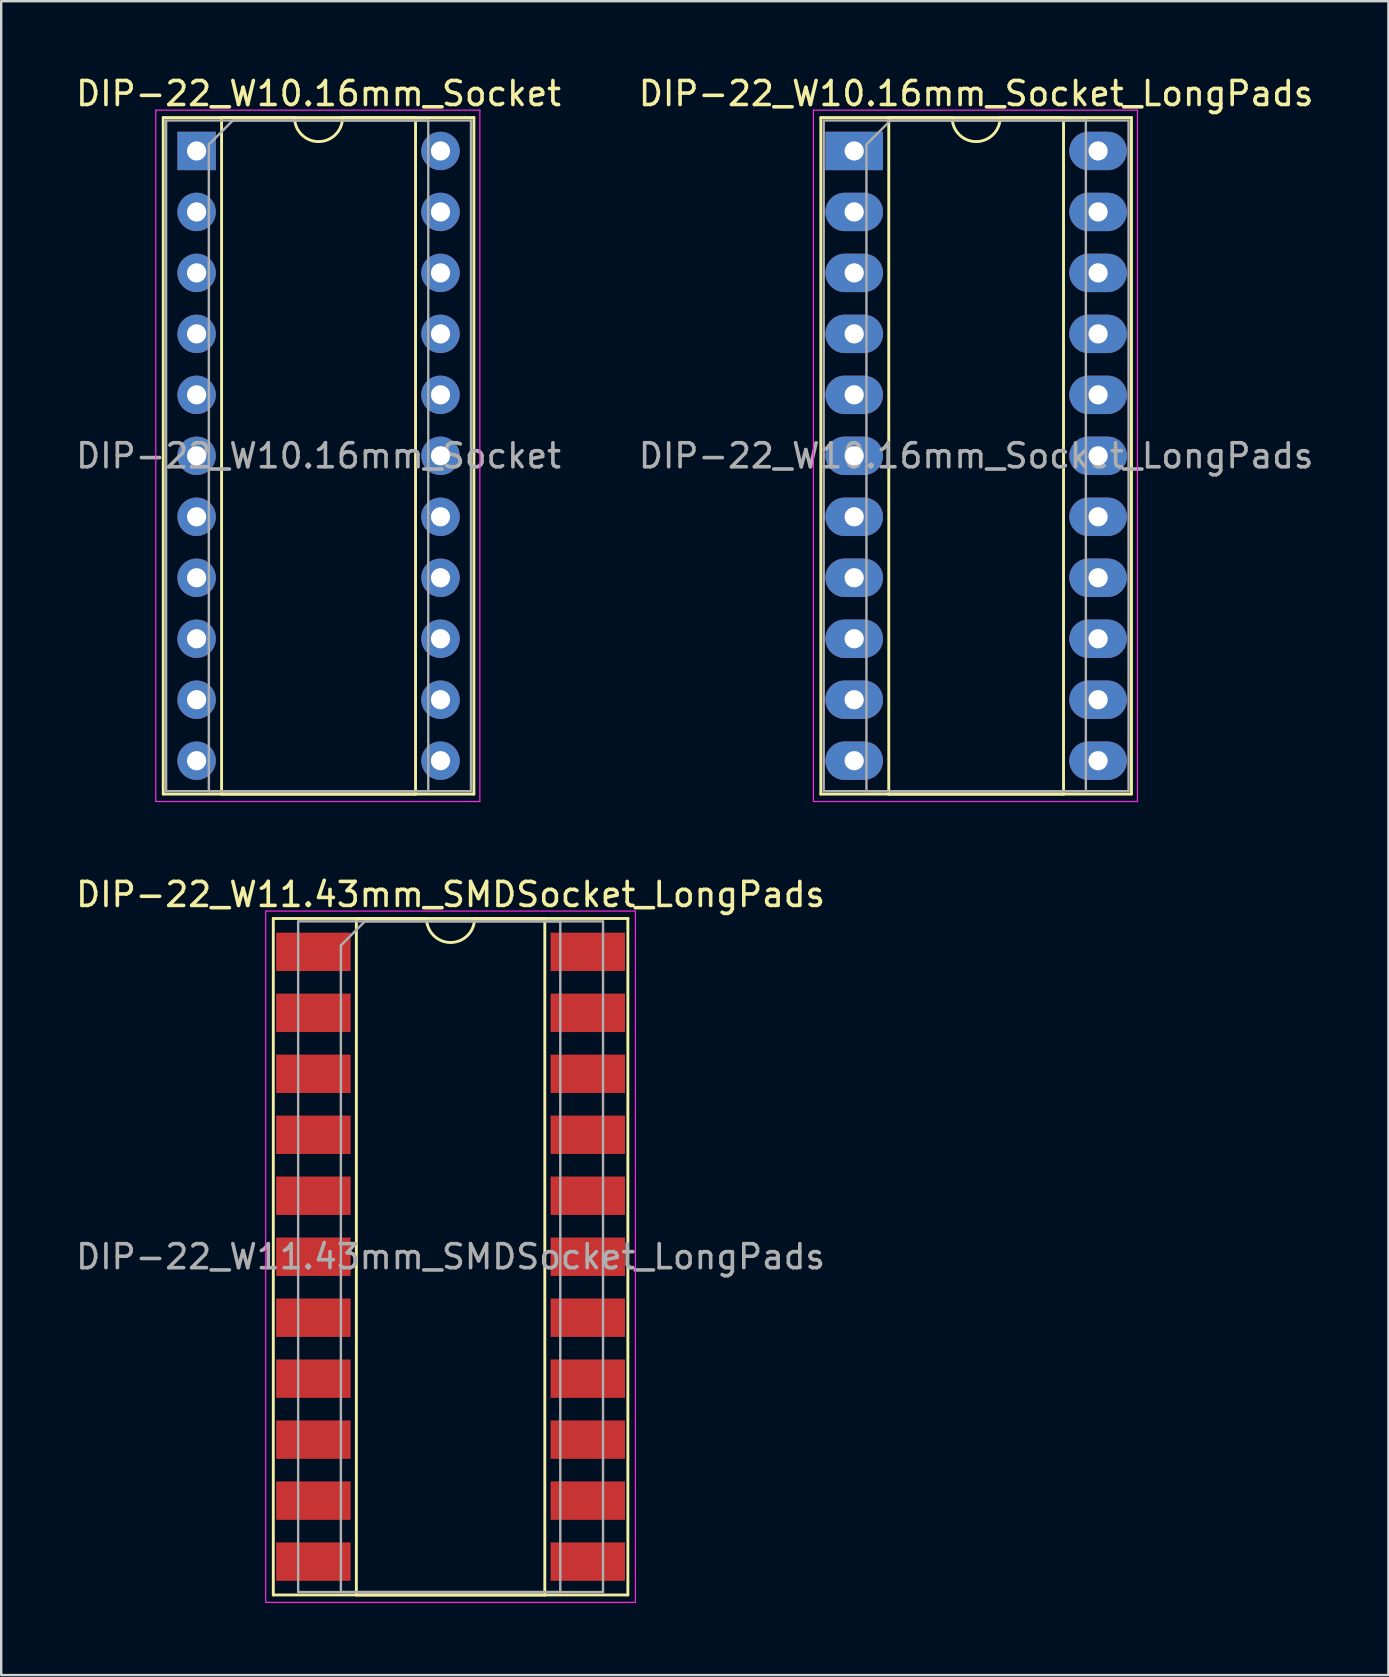
<source format=kicad_pcb>
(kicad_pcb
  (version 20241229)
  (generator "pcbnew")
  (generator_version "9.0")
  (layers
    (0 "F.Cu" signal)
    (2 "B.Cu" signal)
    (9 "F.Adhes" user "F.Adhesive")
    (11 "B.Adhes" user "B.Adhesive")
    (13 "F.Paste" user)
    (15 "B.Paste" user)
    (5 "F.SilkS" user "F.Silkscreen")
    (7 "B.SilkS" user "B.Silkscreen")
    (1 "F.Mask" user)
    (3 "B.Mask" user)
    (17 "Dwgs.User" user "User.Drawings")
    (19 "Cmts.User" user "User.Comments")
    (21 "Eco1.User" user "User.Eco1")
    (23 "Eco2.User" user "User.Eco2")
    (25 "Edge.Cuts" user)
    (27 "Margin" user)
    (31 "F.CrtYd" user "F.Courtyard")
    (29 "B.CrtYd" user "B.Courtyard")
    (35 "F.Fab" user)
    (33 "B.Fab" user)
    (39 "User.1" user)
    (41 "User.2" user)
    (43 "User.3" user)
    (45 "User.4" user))
  (footprint "DIP-22_W10.16mm_Socket"
    (layer "F.Cu")
    (at 5.14 3.238)
    (property "Reference" "DIP-22_W10.16mm_Socket" (at 5.08 -2.39 0) (layer "F.SilkS") (effects (font (size 1 1) (thickness 0.15))))
    (attr through_hole)
    (fp_line (start -1.39 -1.39) (end -1.39 26.79) (stroke (width 0.12) (type solid)) (layer "F.SilkS"))
    (fp_line (start -1.39 26.79) (end 11.55 26.79) (stroke (width 0.12) (type solid)) (layer "F.SilkS"))
    (fp_line (start 1.04 -1.39) (end 1.04 26.79) (stroke (width 0.12) (type solid)) (layer "F.SilkS"))
    (fp_line (start 1.04 26.79) (end 9.12 26.79) (stroke (width 0.12) (type solid)) (layer "F.SilkS"))
    (fp_line (start 4.08 -1.39) (end 1.04 -1.39) (stroke (width 0.12) (type solid)) (layer "F.SilkS"))
    (fp_line (start 9.12 -1.39) (end 6.08 -1.39) (stroke (width 0.12) (type solid)) (layer "F.SilkS"))
    (fp_line (start 9.12 26.79) (end 9.12 -1.39) (stroke (width 0.12) (type solid)) (layer "F.SilkS"))
    (fp_line (start 11.55 -1.39) (end -1.39 -1.39) (stroke (width 0.12) (type solid)) (layer "F.SilkS"))
    (fp_line (start 11.55 26.79) (end 11.55 -1.39) (stroke (width 0.12) (type solid)) (layer "F.SilkS"))
    (fp_arc (start 6.08 -1.39) (mid 5.08 -0.39) (end 4.08 -1.39) (stroke (width 0.12) (type solid)) (layer "F.SilkS"))
    (fp_line (start -1.7 -1.7) (end -1.7 27.1) (stroke (width 0.05) (type solid)) (layer "F.CrtYd"))
    (fp_line (start -1.7 27.1) (end 11.8 27.1) (stroke (width 0.05) (type solid)) (layer "F.CrtYd"))
    (fp_line (start 11.8 -1.7) (end -1.7 -1.7) (stroke (width 0.05) (type solid)) (layer "F.CrtYd"))
    (fp_line (start 11.8 27.1) (end 11.8 -1.7) (stroke (width 0.05) (type solid)) (layer "F.CrtYd"))
    (fp_line (start -1.27 -1.27) (end -1.27 26.67) (stroke (width 0.1) (type solid)) (layer "F.Fab"))
    (fp_line (start -1.27 26.67) (end 11.43 26.67) (stroke (width 0.1) (type solid)) (layer "F.Fab"))
    (fp_line (start 0.51 -0.27) (end 1.51 -1.27) (stroke (width 0.1) (type solid)) (layer "F.Fab"))
    (fp_line (start 0.51 26.67) (end 0.51 -0.27) (stroke (width 0.1) (type solid)) (layer "F.Fab"))
    (fp_line (start 1.51 -1.27) (end 9.65 -1.27) (stroke (width 0.1) (type solid)) (layer "F.Fab"))
    (fp_line (start 9.65 -1.27) (end 9.65 26.67) (stroke (width 0.1) (type solid)) (layer "F.Fab"))
    (fp_line (start 9.65 26.67) (end 0.51 26.67) (stroke (width 0.1) (type solid)) (layer "F.Fab"))
    (fp_line (start 11.43 -1.27) (end -1.27 -1.27) (stroke (width 0.1) (type solid)) (layer "F.Fab"))
    (fp_line (start 11.43 26.67) (end 11.43 -1.27) (stroke (width 0.1) (type solid)) (layer "F.Fab"))
    (fp_text user "${REFERENCE}" (at 5.08 12.7 0) (layer "F.Fab") (effects (font (size 1 1) (thickness 0.15))))
    (pad "1" thru_hole rect (at 0 0) (size 1.6 1.6) (drill 0.8) (layers "*.Cu" "*.Mask"))
    (pad "2" thru_hole oval (at 0 2.54) (size 1.6 1.6) (drill 0.8) (layers "*.Cu" "*.Mask"))
    (pad "3" thru_hole oval (at 0 5.08) (size 1.6 1.6) (drill 0.8) (layers "*.Cu" "*.Mask"))
    (pad "4" thru_hole oval (at 0 7.62) (size 1.6 1.6) (drill 0.8) (layers "*.Cu" "*.Mask"))
    (pad "5" thru_hole oval (at 0 10.16) (size 1.6 1.6) (drill 0.8) (layers "*.Cu" "*.Mask"))
    (pad "6" thru_hole oval (at 0 12.7) (size 1.6 1.6) (drill 0.8) (layers "*.Cu" "*.Mask"))
    (pad "7" thru_hole oval (at 0 15.24) (size 1.6 1.6) (drill 0.8) (layers "*.Cu" "*.Mask"))
    (pad "8" thru_hole oval (at 0 17.78) (size 1.6 1.6) (drill 0.8) (layers "*.Cu" "*.Mask"))
    (pad "9" thru_hole oval (at 0 20.32) (size 1.6 1.6) (drill 0.8) (layers "*.Cu" "*.Mask"))
    (pad "10" thru_hole oval (at 0 22.86) (size 1.6 1.6) (drill 0.8) (layers "*.Cu" "*.Mask"))
    (pad "11" thru_hole oval (at 0 25.4) (size 1.6 1.6) (drill 0.8) (layers "*.Cu" "*.Mask"))
    (pad "12" thru_hole oval (at 10.16 25.4) (size 1.6 1.6) (drill 0.8) (layers "*.Cu" "*.Mask"))
    (pad "13" thru_hole oval (at 10.16 22.86) (size 1.6 1.6) (drill 0.8) (layers "*.Cu" "*.Mask"))
    (pad "14" thru_hole oval (at 10.16 20.32) (size 1.6 1.6) (drill 0.8) (layers "*.Cu" "*.Mask"))
    (pad "15" thru_hole oval (at 10.16 17.78) (size 1.6 1.6) (drill 0.8) (layers "*.Cu" "*.Mask"))
    (pad "16" thru_hole oval (at 10.16 15.24) (size 1.6 1.6) (drill 0.8) (layers "*.Cu" "*.Mask"))
    (pad "17" thru_hole oval (at 10.16 12.7) (size 1.6 1.6) (drill 0.8) (layers "*.Cu" "*.Mask"))
    (pad "18" thru_hole oval (at 10.16 10.16) (size 1.6 1.6) (drill 0.8) (layers "*.Cu" "*.Mask"))
    (pad "19" thru_hole oval (at 10.16 7.62) (size 1.6 1.6) (drill 0.8) (layers "*.Cu" "*.Mask"))
    (pad "20" thru_hole oval (at 10.16 5.08) (size 1.6 1.6) (drill 0.8) (layers "*.Cu" "*.Mask"))
    (pad "21" thru_hole oval (at 10.16 2.54) (size 1.6 1.6) (drill 0.8) (layers "*.Cu" "*.Mask"))
    (pad "22" thru_hole oval (at 10.16 0) (size 1.6 1.6) (drill 0.8) (layers "*.Cu" "*.Mask")))
  (footprint "DIP-22_W10.16mm_Socket_LongPads"
    (layer "F.Cu")
    (at 32.533 3.238)
    (property "Reference" "DIP-22_W10.16mm_Socket_LongPads" (at 5.08 -2.39 0) (layer "F.SilkS") (effects (font (size 1 1) (thickness 0.15))))
    (attr through_hole)
    (fp_line (start -1.39 -1.39) (end -1.39 26.79) (stroke (width 0.12) (type solid)) (layer "F.SilkS"))
    (fp_line (start -1.39 26.79) (end 11.55 26.79) (stroke (width 0.12) (type solid)) (layer "F.SilkS"))
    (fp_line (start 1.44 -1.39) (end 1.44 26.79) (stroke (width 0.12) (type solid)) (layer "F.SilkS"))
    (fp_line (start 1.44 26.79) (end 8.72 26.79) (stroke (width 0.12) (type solid)) (layer "F.SilkS"))
    (fp_line (start 4.08 -1.39) (end 1.44 -1.39) (stroke (width 0.12) (type solid)) (layer "F.SilkS"))
    (fp_line (start 8.72 -1.39) (end 6.08 -1.39) (stroke (width 0.12) (type solid)) (layer "F.SilkS"))
    (fp_line (start 8.72 26.79) (end 8.72 -1.39) (stroke (width 0.12) (type solid)) (layer "F.SilkS"))
    (fp_line (start 11.55 -1.39) (end -1.39 -1.39) (stroke (width 0.12) (type solid)) (layer "F.SilkS"))
    (fp_line (start 11.55 26.79) (end 11.55 -1.39) (stroke (width 0.12) (type solid)) (layer "F.SilkS"))
    (fp_arc (start 6.08 -1.39) (mid 5.08 -0.39) (end 4.08 -1.39) (stroke (width 0.12) (type solid)) (layer "F.SilkS"))
    (fp_line (start -1.7 -1.7) (end -1.7 27.1) (stroke (width 0.05) (type solid)) (layer "F.CrtYd"))
    (fp_line (start -1.7 27.1) (end 11.8 27.1) (stroke (width 0.05) (type solid)) (layer "F.CrtYd"))
    (fp_line (start 11.8 -1.7) (end -1.7 -1.7) (stroke (width 0.05) (type solid)) (layer "F.CrtYd"))
    (fp_line (start 11.8 27.1) (end 11.8 -1.7) (stroke (width 0.05) (type solid)) (layer "F.CrtYd"))
    (fp_line (start -1.27 -1.27) (end -1.27 26.67) (stroke (width 0.1) (type solid)) (layer "F.Fab"))
    (fp_line (start -1.27 26.67) (end 11.43 26.67) (stroke (width 0.1) (type solid)) (layer "F.Fab"))
    (fp_line (start 0.51 -0.27) (end 1.51 -1.27) (stroke (width 0.1) (type solid)) (layer "F.Fab"))
    (fp_line (start 0.51 26.67) (end 0.51 -0.27) (stroke (width 0.1) (type solid)) (layer "F.Fab"))
    (fp_line (start 1.51 -1.27) (end 9.65 -1.27) (stroke (width 0.1) (type solid)) (layer "F.Fab"))
    (fp_line (start 9.65 -1.27) (end 9.65 26.67) (stroke (width 0.1) (type solid)) (layer "F.Fab"))
    (fp_line (start 9.65 26.67) (end 0.51 26.67) (stroke (width 0.1) (type solid)) (layer "F.Fab"))
    (fp_line (start 11.43 -1.27) (end -1.27 -1.27) (stroke (width 0.1) (type solid)) (layer "F.Fab"))
    (fp_line (start 11.43 26.67) (end 11.43 -1.27) (stroke (width 0.1) (type solid)) (layer "F.Fab"))
    (fp_text user "${REFERENCE}" (at 5.08 12.7 0) (layer "F.Fab") (effects (font (size 1 1) (thickness 0.15))))
    (pad "1" thru_hole rect (at 0 0) (size 2.4 1.6) (drill 0.8) (layers "*.Cu" "*.Mask"))
    (pad "2" thru_hole oval (at 0 2.54) (size 2.4 1.6) (drill 0.8) (layers "*.Cu" "*.Mask"))
    (pad "3" thru_hole oval (at 0 5.08) (size 2.4 1.6) (drill 0.8) (layers "*.Cu" "*.Mask"))
    (pad "4" thru_hole oval (at 0 7.62) (size 2.4 1.6) (drill 0.8) (layers "*.Cu" "*.Mask"))
    (pad "5" thru_hole oval (at 0 10.16) (size 2.4 1.6) (drill 0.8) (layers "*.Cu" "*.Mask"))
    (pad "6" thru_hole oval (at 0 12.7) (size 2.4 1.6) (drill 0.8) (layers "*.Cu" "*.Mask"))
    (pad "7" thru_hole oval (at 0 15.24) (size 2.4 1.6) (drill 0.8) (layers "*.Cu" "*.Mask"))
    (pad "8" thru_hole oval (at 0 17.78) (size 2.4 1.6) (drill 0.8) (layers "*.Cu" "*.Mask"))
    (pad "9" thru_hole oval (at 0 20.32) (size 2.4 1.6) (drill 0.8) (layers "*.Cu" "*.Mask"))
    (pad "10" thru_hole oval (at 0 22.86) (size 2.4 1.6) (drill 0.8) (layers "*.Cu" "*.Mask"))
    (pad "11" thru_hole oval (at 0 25.4) (size 2.4 1.6) (drill 0.8) (layers "*.Cu" "*.Mask"))
    (pad "12" thru_hole oval (at 10.16 25.4) (size 2.4 1.6) (drill 0.8) (layers "*.Cu" "*.Mask"))
    (pad "13" thru_hole oval (at 10.16 22.86) (size 2.4 1.6) (drill 0.8) (layers "*.Cu" "*.Mask"))
    (pad "14" thru_hole oval (at 10.16 20.32) (size 2.4 1.6) (drill 0.8) (layers "*.Cu" "*.Mask"))
    (pad "15" thru_hole oval (at 10.16 17.78) (size 2.4 1.6) (drill 0.8) (layers "*.Cu" "*.Mask"))
    (pad "16" thru_hole oval (at 10.16 15.24) (size 2.4 1.6) (drill 0.8) (layers "*.Cu" "*.Mask"))
    (pad "17" thru_hole oval (at 10.16 12.7) (size 2.4 1.6) (drill 0.8) (layers "*.Cu" "*.Mask"))
    (pad "18" thru_hole oval (at 10.16 10.16) (size 2.4 1.6) (drill 0.8) (layers "*.Cu" "*.Mask"))
    (pad "19" thru_hole oval (at 10.16 7.62) (size 2.4 1.6) (drill 0.8) (layers "*.Cu" "*.Mask"))
    (pad "20" thru_hole oval (at 10.16 5.08) (size 2.4 1.6) (drill 0.8) (layers "*.Cu" "*.Mask"))
    (pad "21" thru_hole oval (at 10.16 2.54) (size 2.4 1.6) (drill 0.8) (layers "*.Cu" "*.Mask"))
    (pad "22" thru_hole oval (at 10.16 0) (size 2.4 1.6) (drill 0.8) (layers "*.Cu" "*.Mask")))
  (footprint "DIP-22_W11.43mm_SMDSocket_LongPads"
    (layer "F.Cu")
    (at 15.72 49.301)
    (property "Reference" "DIP-22_W11.43mm_SMDSocket_LongPads" (at 0 -15.09 0) (layer "F.SilkS") (effects (font (size 1 1) (thickness 0.15))))
    (attr smd)
    (fp_line (start -7.385 -14.09) (end -7.385 14.09) (stroke (width 0.12) (type solid)) (layer "F.SilkS"))
    (fp_line (start -7.385 14.09) (end 7.385 14.09) (stroke (width 0.12) (type solid)) (layer "F.SilkS"))
    (fp_line (start -3.925 -14.09) (end -3.925 14.09) (stroke (width 0.12) (type solid)) (layer "F.SilkS"))
    (fp_line (start -3.925 14.09) (end 3.925 14.09) (stroke (width 0.12) (type solid)) (layer "F.SilkS"))
    (fp_line (start -1 -14.09) (end -3.925 -14.09) (stroke (width 0.12) (type solid)) (layer "F.SilkS"))
    (fp_line (start 3.925 -14.09) (end 1 -14.09) (stroke (width 0.12) (type solid)) (layer "F.SilkS"))
    (fp_line (start 3.925 14.09) (end 3.925 -14.09) (stroke (width 0.12) (type solid)) (layer "F.SilkS"))
    (fp_line (start 7.385 -14.09) (end -7.385 -14.09) (stroke (width 0.12) (type solid)) (layer "F.SilkS"))
    (fp_line (start 7.385 14.09) (end 7.385 -14.09) (stroke (width 0.12) (type solid)) (layer "F.SilkS"))
    (fp_arc (start 1 -14.09) (mid 0 -13.09) (end -1 -14.09) (stroke (width 0.12) (type solid)) (layer "F.SilkS"))
    (fp_line (start -7.7 -14.4) (end -7.7 14.4) (stroke (width 0.05) (type solid)) (layer "F.CrtYd"))
    (fp_line (start -7.7 14.4) (end 7.7 14.4) (stroke (width 0.05) (type solid)) (layer "F.CrtYd"))
    (fp_line (start 7.7 -14.4) (end -7.7 -14.4) (stroke (width 0.05) (type solid)) (layer "F.CrtYd"))
    (fp_line (start 7.7 14.4) (end 7.7 -14.4) (stroke (width 0.05) (type solid)) (layer "F.CrtYd"))
    (fp_line (start -6.35 -13.97) (end -6.35 13.97) (stroke (width 0.1) (type solid)) (layer "F.Fab"))
    (fp_line (start -6.35 13.97) (end 6.35 13.97) (stroke (width 0.1) (type solid)) (layer "F.Fab"))
    (fp_line (start -4.57 -12.97) (end -3.57 -13.97) (stroke (width 0.1) (type solid)) (layer "F.Fab"))
    (fp_line (start -4.57 13.97) (end -4.57 -12.97) (stroke (width 0.1) (type solid)) (layer "F.Fab"))
    (fp_line (start -3.57 -13.97) (end 4.57 -13.97) (stroke (width 0.1) (type solid)) (layer "F.Fab"))
    (fp_line (start 4.57 -13.97) (end 4.57 13.97) (stroke (width 0.1) (type solid)) (layer "F.Fab"))
    (fp_line (start 4.57 13.97) (end -4.57 13.97) (stroke (width 0.1) (type solid)) (layer "F.Fab"))
    (fp_line (start 6.35 -13.97) (end -6.35 -13.97) (stroke (width 0.1) (type solid)) (layer "F.Fab"))
    (fp_line (start 6.35 13.97) (end 6.35 -13.97) (stroke (width 0.1) (type solid)) (layer "F.Fab"))
    (fp_text user "${REFERENCE}" (at 0 0 0) (layer "F.Fab") (effects (font (size 1 1) (thickness 0.15))))
    (pad "1" smd rect (at -5.715 -12.7) (size 3.1 1.6) (layers "F.Cu" "F.Mask" "F.Paste"))
    (pad "2" smd rect (at -5.715 -10.16) (size 3.1 1.6) (layers "F.Cu" "F.Mask" "F.Paste"))
    (pad "3" smd rect (at -5.715 -7.62) (size 3.1 1.6) (layers "F.Cu" "F.Mask" "F.Paste"))
    (pad "4" smd rect (at -5.715 -5.08) (size 3.1 1.6) (layers "F.Cu" "F.Mask" "F.Paste"))
    (pad "5" smd rect (at -5.715 -2.54) (size 3.1 1.6) (layers "F.Cu" "F.Mask" "F.Paste"))
    (pad "6" smd rect (at -5.715 0) (size 3.1 1.6) (layers "F.Cu" "F.Mask" "F.Paste"))
    (pad "7" smd rect (at -5.715 2.54) (size 3.1 1.6) (layers "F.Cu" "F.Mask" "F.Paste"))
    (pad "8" smd rect (at -5.715 5.08) (size 3.1 1.6) (layers "F.Cu" "F.Mask" "F.Paste"))
    (pad "9" smd rect (at -5.715 7.62) (size 3.1 1.6) (layers "F.Cu" "F.Mask" "F.Paste"))
    (pad "10" smd rect (at -5.715 10.16) (size 3.1 1.6) (layers "F.Cu" "F.Mask" "F.Paste"))
    (pad "11" smd rect (at -5.715 12.7) (size 3.1 1.6) (layers "F.Cu" "F.Mask" "F.Paste"))
    (pad "12" smd rect (at 5.715 12.7) (size 3.1 1.6) (layers "F.Cu" "F.Mask" "F.Paste"))
    (pad "13" smd rect (at 5.715 10.16) (size 3.1 1.6) (layers "F.Cu" "F.Mask" "F.Paste"))
    (pad "14" smd rect (at 5.715 7.62) (size 3.1 1.6) (layers "F.Cu" "F.Mask" "F.Paste"))
    (pad "15" smd rect (at 5.715 5.08) (size 3.1 1.6) (layers "F.Cu" "F.Mask" "F.Paste"))
    (pad "16" smd rect (at 5.715 2.54) (size 3.1 1.6) (layers "F.Cu" "F.Mask" "F.Paste"))
    (pad "17" smd rect (at 5.715 0) (size 3.1 1.6) (layers "F.Cu" "F.Mask" "F.Paste"))
    (pad "18" smd rect (at 5.715 -2.54) (size 3.1 1.6) (layers "F.Cu" "F.Mask" "F.Paste"))
    (pad "19" smd rect (at 5.715 -5.08) (size 3.1 1.6) (layers "F.Cu" "F.Mask" "F.Paste"))
    (pad "20" smd rect (at 5.715 -7.62) (size 3.1 1.6) (layers "F.Cu" "F.Mask" "F.Paste"))
    (pad "21" smd rect (at 5.715 -10.16) (size 3.1 1.6) (layers "F.Cu" "F.Mask" "F.Paste"))
    (pad "22" smd rect (at 5.715 -12.7) (size 3.1 1.6) (layers "F.Cu" "F.Mask" "F.Paste")))
  (gr_rect
    (start -3 -3)
    (end 54.786 66.727)
    (stroke (width 0.1) (type default))
    (fill no)
    (layer "Edge.Cuts")))
</source>
